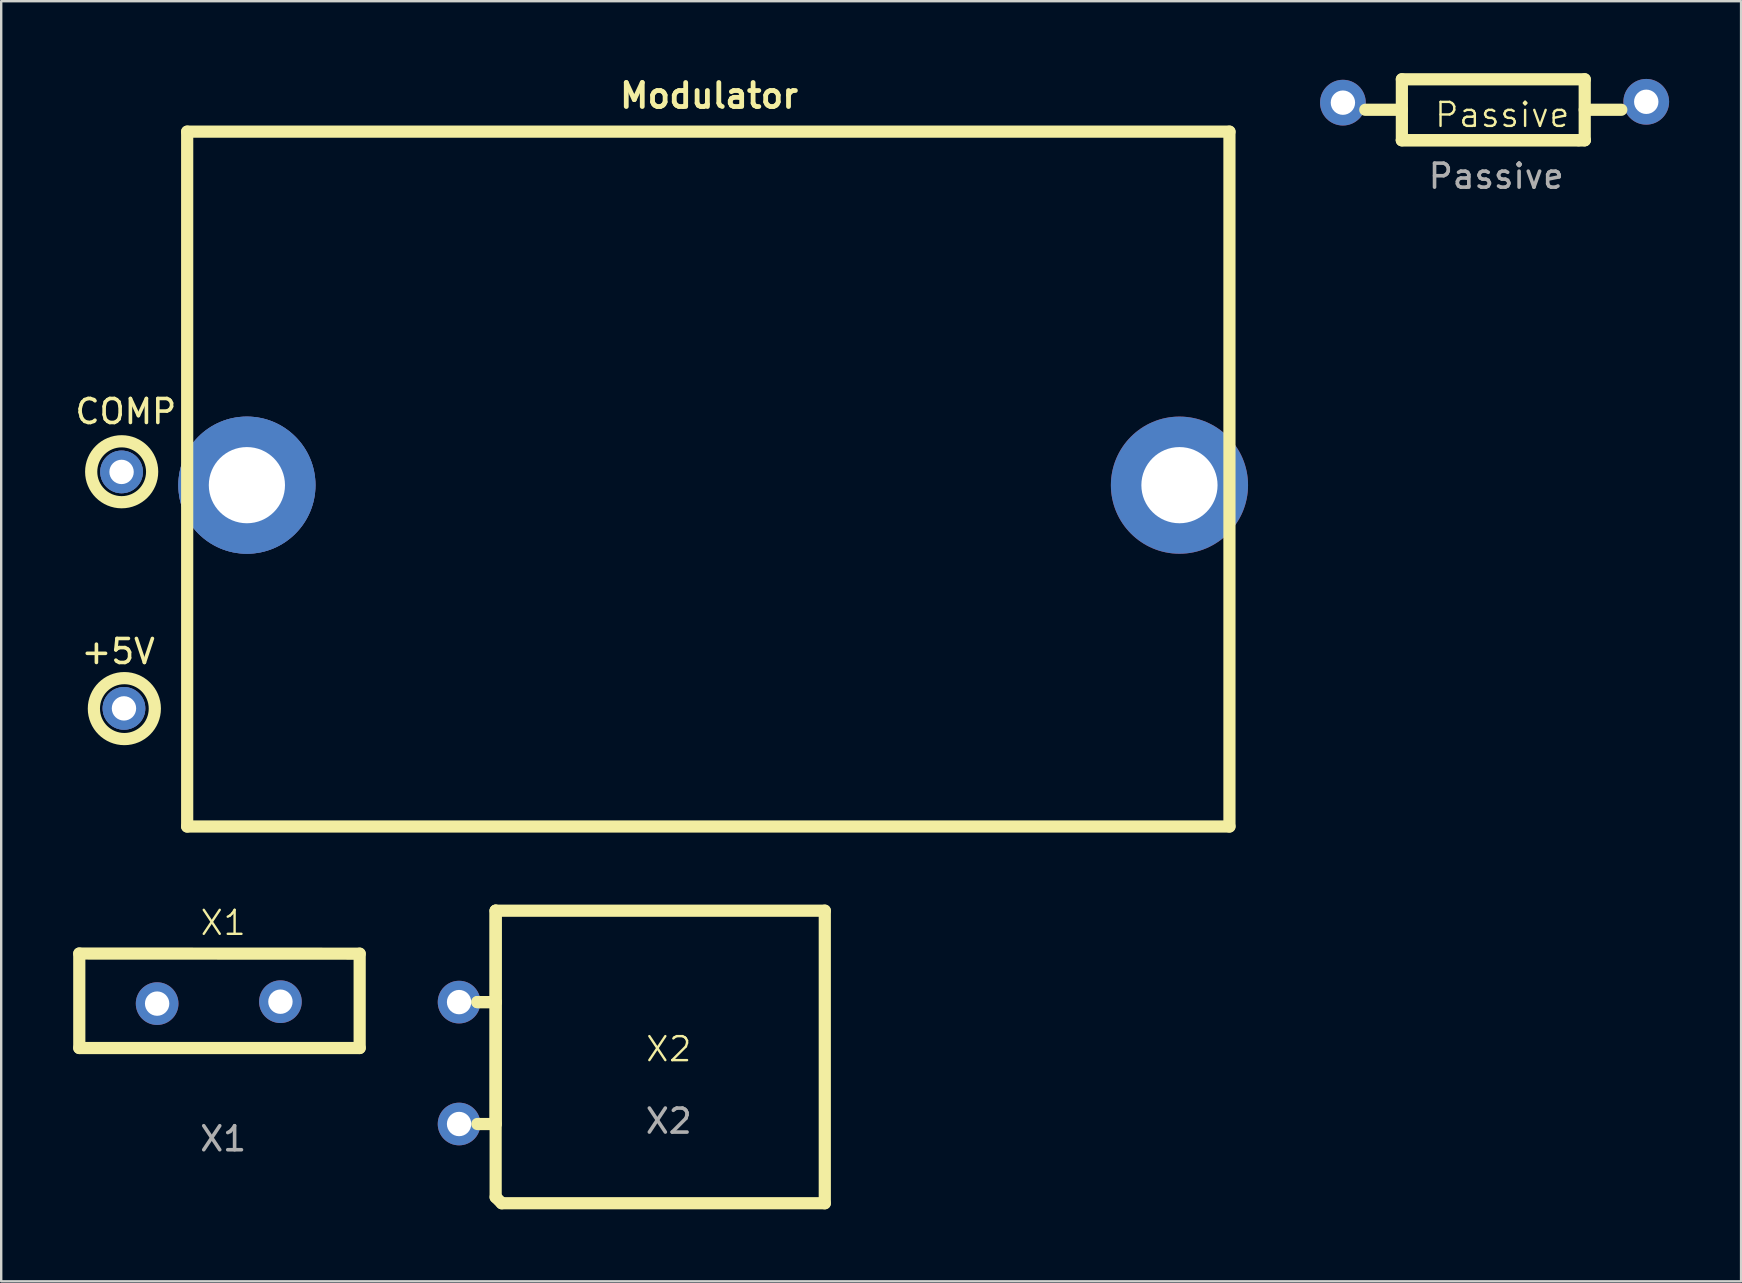
<source format=kicad_pcb>
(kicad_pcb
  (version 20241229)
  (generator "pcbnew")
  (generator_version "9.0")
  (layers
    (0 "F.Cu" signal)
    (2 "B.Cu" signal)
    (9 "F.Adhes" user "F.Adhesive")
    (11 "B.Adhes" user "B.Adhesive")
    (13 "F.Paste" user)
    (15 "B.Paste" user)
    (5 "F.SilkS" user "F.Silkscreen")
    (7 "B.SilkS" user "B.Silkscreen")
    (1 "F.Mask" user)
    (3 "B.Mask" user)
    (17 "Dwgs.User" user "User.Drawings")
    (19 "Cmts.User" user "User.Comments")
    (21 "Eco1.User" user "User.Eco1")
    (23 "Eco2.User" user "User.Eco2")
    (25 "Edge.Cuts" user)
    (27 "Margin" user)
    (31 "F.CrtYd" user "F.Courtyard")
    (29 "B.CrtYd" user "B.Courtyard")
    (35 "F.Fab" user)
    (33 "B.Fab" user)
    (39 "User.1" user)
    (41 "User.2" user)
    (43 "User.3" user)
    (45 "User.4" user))
  (footprint "Modulator"
    (layer "F.Cu")
    (at 26.5 15.436)
    (property "Reference" "Modulator" (at 0 -14.5 0) (unlocked yes) (layer "F.SilkS") (effects (font (size 1 1) (thickness 0.2) (bold yes))))
    (attr smd)
    (fp_circle (center -24.484 1.18) (end -23.595 1.18) (stroke (width 0) (type solid)) (fill yes) (layer "B.Cu"))
    (fp_circle (center -24.384 11.034) (end -23.495 11.034) (stroke (width 0) (type solid)) (fill yes) (layer "B.Cu"))
    (fp_circle (center -19.261 1.732) (end -16.403 1.732) (stroke (width 0) (type solid)) (fill yes) (layer "B.Cu"))
    (fp_line (start -21.75 -13) (end -21.75 15.956) (stroke (width 0.508) (type solid)) (layer "F.SilkS"))
    (fp_line (start -21.75 15.956) (end 21.684 15.956) (stroke (width 0.508) (type solid)) (layer "F.SilkS"))
    (fp_line (start 21.684 -13) (end -21.75 -13) (stroke (width 0.508) (type solid)) (layer "F.SilkS"))
    (fp_line (start 21.684 15.956) (end 21.684 -13) (stroke (width 0.508) (type solid)) (layer "F.SilkS"))
    (fp_circle (center -24.48 1.173) (end -23.21 1.173) (stroke (width 0.508) (type solid)) (fill no) (layer "F.SilkS"))
    (fp_circle (center -24.368 11.043) (end -23.098 11.043) (stroke (width 0.508) (type solid)) (fill no) (layer "F.SilkS"))
    (fp_text user "COMP" (at -26.5 -0.75 0) (unlocked yes) (layer "F.SilkS") (effects (font (size 1 1) (thickness 0.15)) (justify left bottom)))
    (fp_text user "+5V" (at -26.25 9.25 0) (unlocked yes) (layer "F.SilkS") (effects (font (size 1 1) (thickness 0.15)) (justify left bottom)))
    (pad "1" thru_hole circle (at -24.384 11.034) (size 1.778 1.778) (drill 1.016) (layers "*.Cu" "*.Mask"))
    (pad "2" thru_hole circle (at -24.484 1.18) (size 1.778 1.778) (drill 1.016) (layers "*.Cu" "*.Mask"))
    (pad "3" thru_hole circle (at -19.261 1.732) (size 5.715 5.715) (drill 3.175) (layers "*.Cu" "*.Mask"))
    (pad "3" thru_hole circle (at 19.601 1.732) (size 5.715 5.715) (drill 3.175) (layers "*.Cu" "*.Mask")))
  (footprint "X1"
    (layer "F.Cu")
    (at 6.25 43.157)
    (property "Reference" "X1" (at 0 -7.75 0) (unlocked yes) (layer "F.SilkS") (effects (font (size 1 1) (thickness 0.1))))
    (attr smd)
    (fp_line (start -5.996 -6.471) (end 5.688 -6.465) (stroke (width 0.508) (type solid)) (layer "F.SilkS"))
    (fp_line (start -5.996 -2.534) (end -5.996 -6.471) (stroke (width 0.508) (type solid)) (layer "F.SilkS"))
    (fp_line (start 5.688 -6.465) (end 5.688 -2.534) (stroke (width 0.508) (type solid)) (layer "F.SilkS"))
    (fp_line (start 5.688 -2.534) (end -5.996 -2.534) (stroke (width 0.508) (type solid)) (layer "F.SilkS"))
    (fp_text user "${REFERENCE}" (at 0 1.25 0) (unlocked yes) (layer "F.Fab") (effects (font (size 1 1) (thickness 0.15))))
    (pad "1" thru_hole circle (at 2.386 -4.464) (size 1.778 1.778) (drill 1.016) (layers "*.Cu" "*.Mask"))
    (pad "2" thru_hole circle (at -2.752 -4.384) (size 1.778 1.778) (drill 1.016) (layers "*.Cu" "*.Mask")))
  (footprint "Passive"
    (layer "F.Cu")
    (at 59.302 1.794)
    (property "Reference" "Passive" (at 0.25 -0.056 0) (unlocked yes) (layer "F.SilkS") (effects (font (size 1 1) (thickness 0.1))))
    (attr smd)
    (fp_line (start -3.933 -1.54) (end 3.687 -1.54) (stroke (width 0.508) (type solid)) (layer "F.SilkS"))
    (fp_line (start -3.933 -0.27) (end -5.457 -0.27) (stroke (width 0.508) (type solid)) (layer "F.SilkS"))
    (fp_line (start -3.933 1) (end -3.933 -1.54) (stroke (width 0.508) (type solid)) (layer "F.SilkS"))
    (fp_line (start -3.933 1) (end 3.687 1) (stroke (width 0.508) (type solid)) (layer "F.SilkS"))
    (fp_line (start 3.433 1) (end -3.933 1) (stroke (width 0.508) (type solid)) (layer "F.SilkS"))
    (fp_line (start 3.687 -1.54) (end 3.687 1) (stroke (width 0.508) (type solid)) (layer "F.SilkS"))
    (fp_line (start 3.687 -0.27) (end 5.211 -0.27) (stroke (width 0.508) (type solid)) (layer "F.SilkS"))
    (fp_line (start 3.687 1) (end 3.433 1) (stroke (width 0.508) (type solid)) (layer "F.SilkS"))
    (fp_text user "${REFERENCE}" (at 0 2.5 0) (unlocked yes) (layer "F.Fab") (effects (font (size 1 1) (thickness 0.15))))
    (pad "1" thru_hole circle (at 6.251 -0.602 90) (size 1.905 1.905) (drill 1.016) (layers "*.Cu" "*.Mask"))
    (pad "2" thru_hole circle (at -6.39 -0.566 90) (size 1.905 1.905) (drill 1.016) (layers "*.Cu" "*.Mask")))
  (footprint "X2"
    (layer "F.Cu")
    (at 24.819 41.17)
    (property "Reference" "X2" (at 0 -0.5 0) (unlocked yes) (layer "F.SilkS") (effects (font (size 1 1) (thickness 0.1))))
    (attr smd)
    (fp_line (start -7.976 -2.46) (end -7.214 -2.46) (stroke (width 0.508) (type solid)) (layer "F.SilkS"))
    (fp_line (start -7.214 -6.27) (end -7.214 -2.46) (stroke (width 0.508) (type solid)) (layer "F.SilkS"))
    (fp_line (start -7.214 -6.27) (end -7.214 5.668) (stroke (width 0.508) (type solid)) (layer "F.SilkS"))
    (fp_line (start -7.214 -2.46) (end -7.976 -2.46) (stroke (width 0.508) (type solid)) (layer "F.SilkS"))
    (fp_line (start -7.214 -2.46) (end -7.214 2.62) (stroke (width 0.508) (type solid)) (layer "F.SilkS"))
    (fp_line (start -7.214 2.62) (end -7.976 2.62) (stroke (width 0.508) (type solid)) (layer "F.SilkS"))
    (fp_line (start -7.214 5.668) (end -6.96 5.922) (stroke (width 0.508) (type solid)) (layer "F.SilkS"))
    (fp_line (start -6.96 5.922) (end 6.502 5.922) (stroke (width 0.508) (type solid)) (layer "F.SilkS"))
    (fp_line (start 6.502 -6.27) (end -7.214 -6.27) (stroke (width 0.508) (type solid)) (layer "F.SilkS"))
    (fp_line (start 6.502 5.922) (end 6.502 -6.27) (stroke (width 0.508) (type solid)) (layer "F.SilkS"))
    (fp_text user "${REFERENCE}" (at 0 2.5 0) (unlocked yes) (layer "F.Fab") (effects (font (size 1 1) (thickness 0.15))))
    (pad "1" thru_hole circle (at -8.738 2.62) (size 1.778 1.778) (drill 1.016) (layers "*.Cu" "*.Mask"))
    (pad "2" thru_hole circle (at -8.738 -2.46) (size 1.778 1.778) (drill 1.016) (layers "*.Cu" "*.Mask")))
  (gr_rect
    (start -3 -3)
    (end 69.505 50.346)
    (stroke (width 0.1) (type default))
    (fill no)
    (layer "Edge.Cuts")))
</source>
